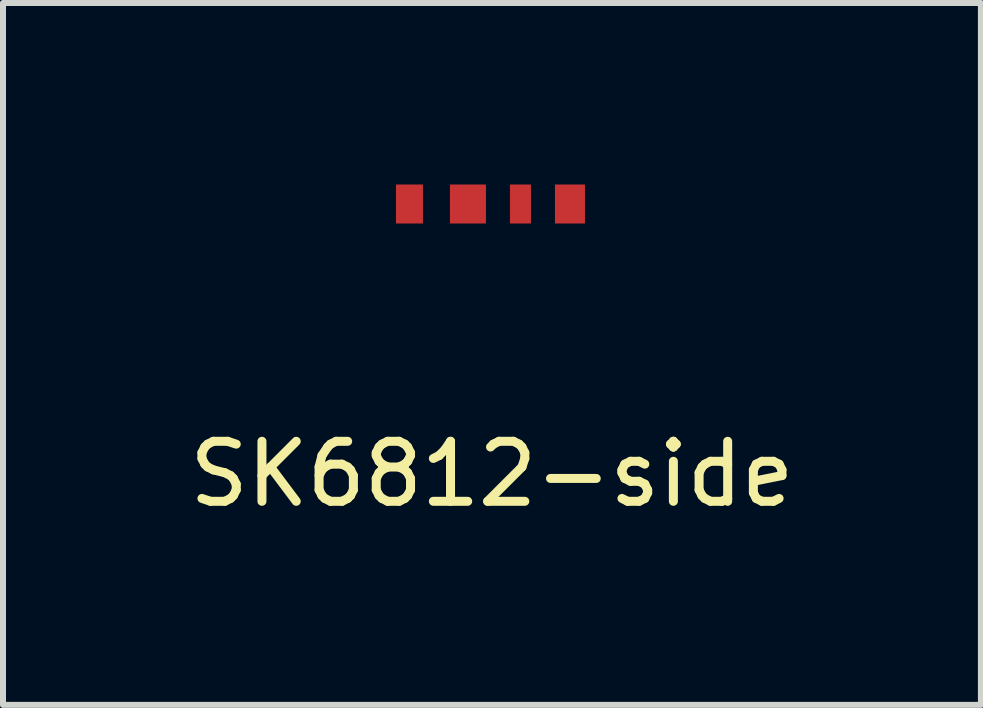
<source format=kicad_pcb>
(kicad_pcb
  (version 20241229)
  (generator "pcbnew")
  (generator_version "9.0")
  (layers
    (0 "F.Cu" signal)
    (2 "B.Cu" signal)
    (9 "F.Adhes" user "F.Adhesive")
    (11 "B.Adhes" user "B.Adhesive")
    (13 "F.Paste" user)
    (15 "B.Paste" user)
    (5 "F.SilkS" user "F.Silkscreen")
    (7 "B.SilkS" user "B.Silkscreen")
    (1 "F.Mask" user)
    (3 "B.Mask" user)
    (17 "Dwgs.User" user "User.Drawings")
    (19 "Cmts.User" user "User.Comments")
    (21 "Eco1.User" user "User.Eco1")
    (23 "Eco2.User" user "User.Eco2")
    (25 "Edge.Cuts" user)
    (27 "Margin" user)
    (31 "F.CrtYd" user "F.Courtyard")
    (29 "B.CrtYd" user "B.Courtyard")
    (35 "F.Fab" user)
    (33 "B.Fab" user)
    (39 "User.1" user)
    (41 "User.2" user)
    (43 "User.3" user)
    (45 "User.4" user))
  (footprint "SK6812-side"
    (layer "F.Cu")
    (at 5.049 0.25)
    (property "Reference" "SK6812-side" (at 0.1 4.6 0) (layer "F.SilkS") (effects (font (size 1 1) (thickness 0.15))))
    (attr through_hole)
    (pad "1" smd rect (at -1.275 0.1) (size 0.45 0.65) (layers "F.Cu" "F.Mask" "F.Paste"))
    (pad "2" smd rect (at -0.3 0.1) (size 0.6 0.65) (layers "F.Cu" "F.Mask" "F.Paste"))
    (pad "3" smd rect (at 0.575 0.1) (size 0.35 0.65) (layers "F.Cu" "F.Mask" "F.Paste"))
    (pad "4" smd rect (at 1.4 0.1) (size 0.5 0.65) (layers "F.Cu" "F.Mask" "F.Paste")))
  (gr_rect
    (start -3 -3)
    (end 13.298 8.698)
    (stroke (width 0.1) (type default))
    (fill no)
    (layer "Edge.Cuts")))
</source>
